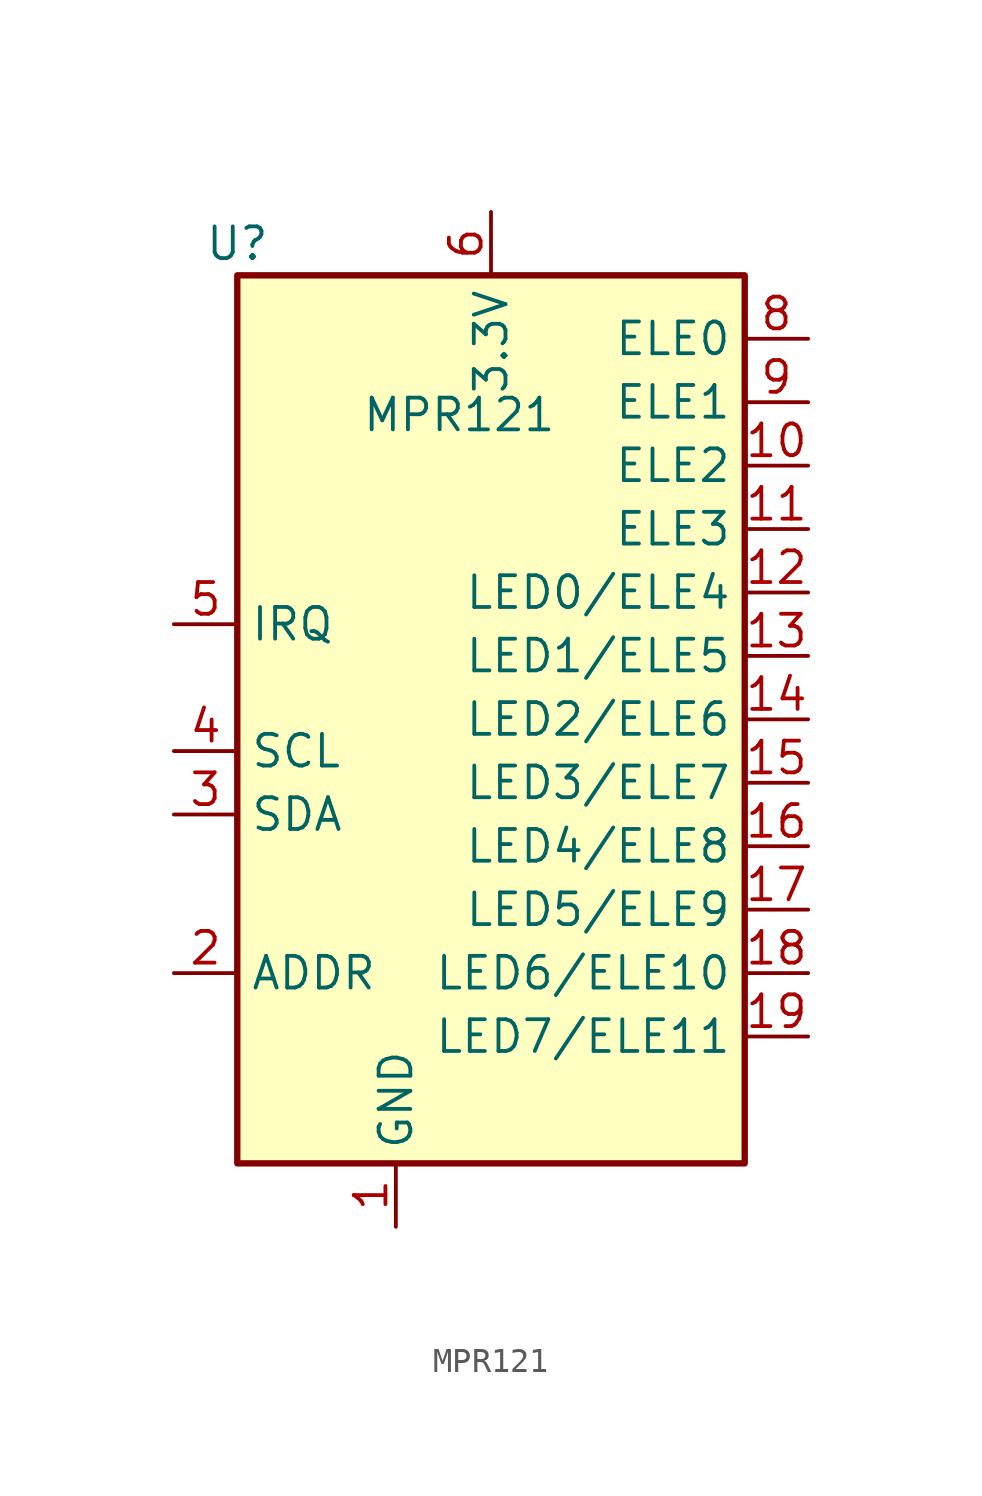
<source format=kicad_sym>
(kicad_symbol_lib
  (version 20231120)
  (generator "kicad_symbol_editor")
  (generator_version "8.0")
  (symbol "MPR121"
    (property "Reference" "U"
      (at -10.16 19.05 0)
      (effects (font (size 1.27 1.27))))
    (property "Value" "MPR121"
      (at -1.27 12.192 0)
      (effects (font (size 1.27 1.27))))
    (symbol "MPR121_0_1"
      (rectangle (start -10.16 17.78) (end 10.16 -17.78) (stroke (width 0.254) (type default)) (fill (type background))))
    (symbol "MPR121_1_1"
      (pin power_in line (at -3.81 -20.32 90) (length 2.54) (name "GND" (effects (font (size 1.27 1.27)))) (number "1" (effects (font (size 1.27 1.27)))))
      (pin passive line (at 12.7 10.16 180) (length 2.54) (name "ELE2" (effects (font (size 1.27 1.27)))) (number "10" (effects (font (size 1.27 1.27)))))
      (pin passive line (at 12.7 7.62 180) (length 2.54) (name "ELE3" (effects (font (size 1.27 1.27)))) (number "11" (effects (font (size 1.27 1.27)))))
      (pin passive line (at 12.7 5.08 180) (length 2.54) (name "LED0/ELE4" (effects (font (size 1.27 1.27)))) (number "12" (effects (font (size 1.27 1.27)))))
      (pin passive line (at 12.7 2.54 180) (length 2.54) (name "LED1/ELE5" (effects (font (size 1.27 1.27)))) (number "13" (effects (font (size 1.27 1.27)))))
      (pin passive line (at 12.7 0 180) (length 2.54) (name "LED2/ELE6" (effects (font (size 1.27 1.27)))) (number "14" (effects (font (size 1.27 1.27)))))
      (pin passive line (at 12.7 -2.54 180) (length 2.54) (name "LED3/ELE7" (effects (font (size 1.27 1.27)))) (number "15" (effects (font (size 1.27 1.27)))))
      (pin passive line (at 12.7 -5.08 180) (length 2.54) (name "LED4/ELE8" (effects (font (size 1.27 1.27)))) (number "16" (effects (font (size 1.27 1.27)))))
      (pin passive line (at 12.7 -7.62 180) (length 2.54) (name "LED5/ELE9" (effects (font (size 1.27 1.27)))) (number "17" (effects (font (size 1.27 1.27)))))
      (pin passive line (at 12.7 -10.16 180) (length 2.54) (name "LED6/ELE10" (effects (font (size 1.27 1.27)))) (number "18" (effects (font (size 1.27 1.27)))))
      (pin passive line (at 12.7 -12.7 180) (length 2.54) (name "LED7/ELE11" (effects (font (size 1.27 1.27)))) (number "19" (effects (font (size 1.27 1.27)))))
      (pin input line (at -12.7 -10.16 0) (length 2.54) (name "ADDR" (effects (font (size 1.27 1.27)))) (number "2" (effects (font (size 1.27 1.27)))))
      (pin bidirectional line (at -12.7 -3.81 0) (length 2.54) (name "SDA" (effects (font (size 1.27 1.27)))) (number "3" (effects (font (size 1.27 1.27)))))
      (pin input line (at -12.7 -1.27 0) (length 2.54) (name "SCL" (effects (font (size 1.27 1.27)))) (number "4" (effects (font (size 1.27 1.27)))))
      (pin open_collector line (at -12.7 3.81 0) (length 2.54) (name "IRQ" (effects (font (size 1.27 1.27)))) (number "5" (effects (font (size 1.27 1.27)))))
      (pin power_in line (at 0 20.32 270) (length 2.54) (name "3.3V" (effects (font (size 1.27 1.27)))) (number "6" (effects (font (size 1.27 1.27)))))
      (pin passive line (at 12.7 15.24 180) (length 2.54) (name "ELE0" (effects (font (size 1.27 1.27)))) (number "8" (effects (font (size 1.27 1.27)))))
      (pin passive line (at 12.7 12.7 180) (length 2.54) (name "ELE1" (effects (font (size 1.27 1.27)))) (number "9" (effects (font (size 1.27 1.27))))))))
</source>
